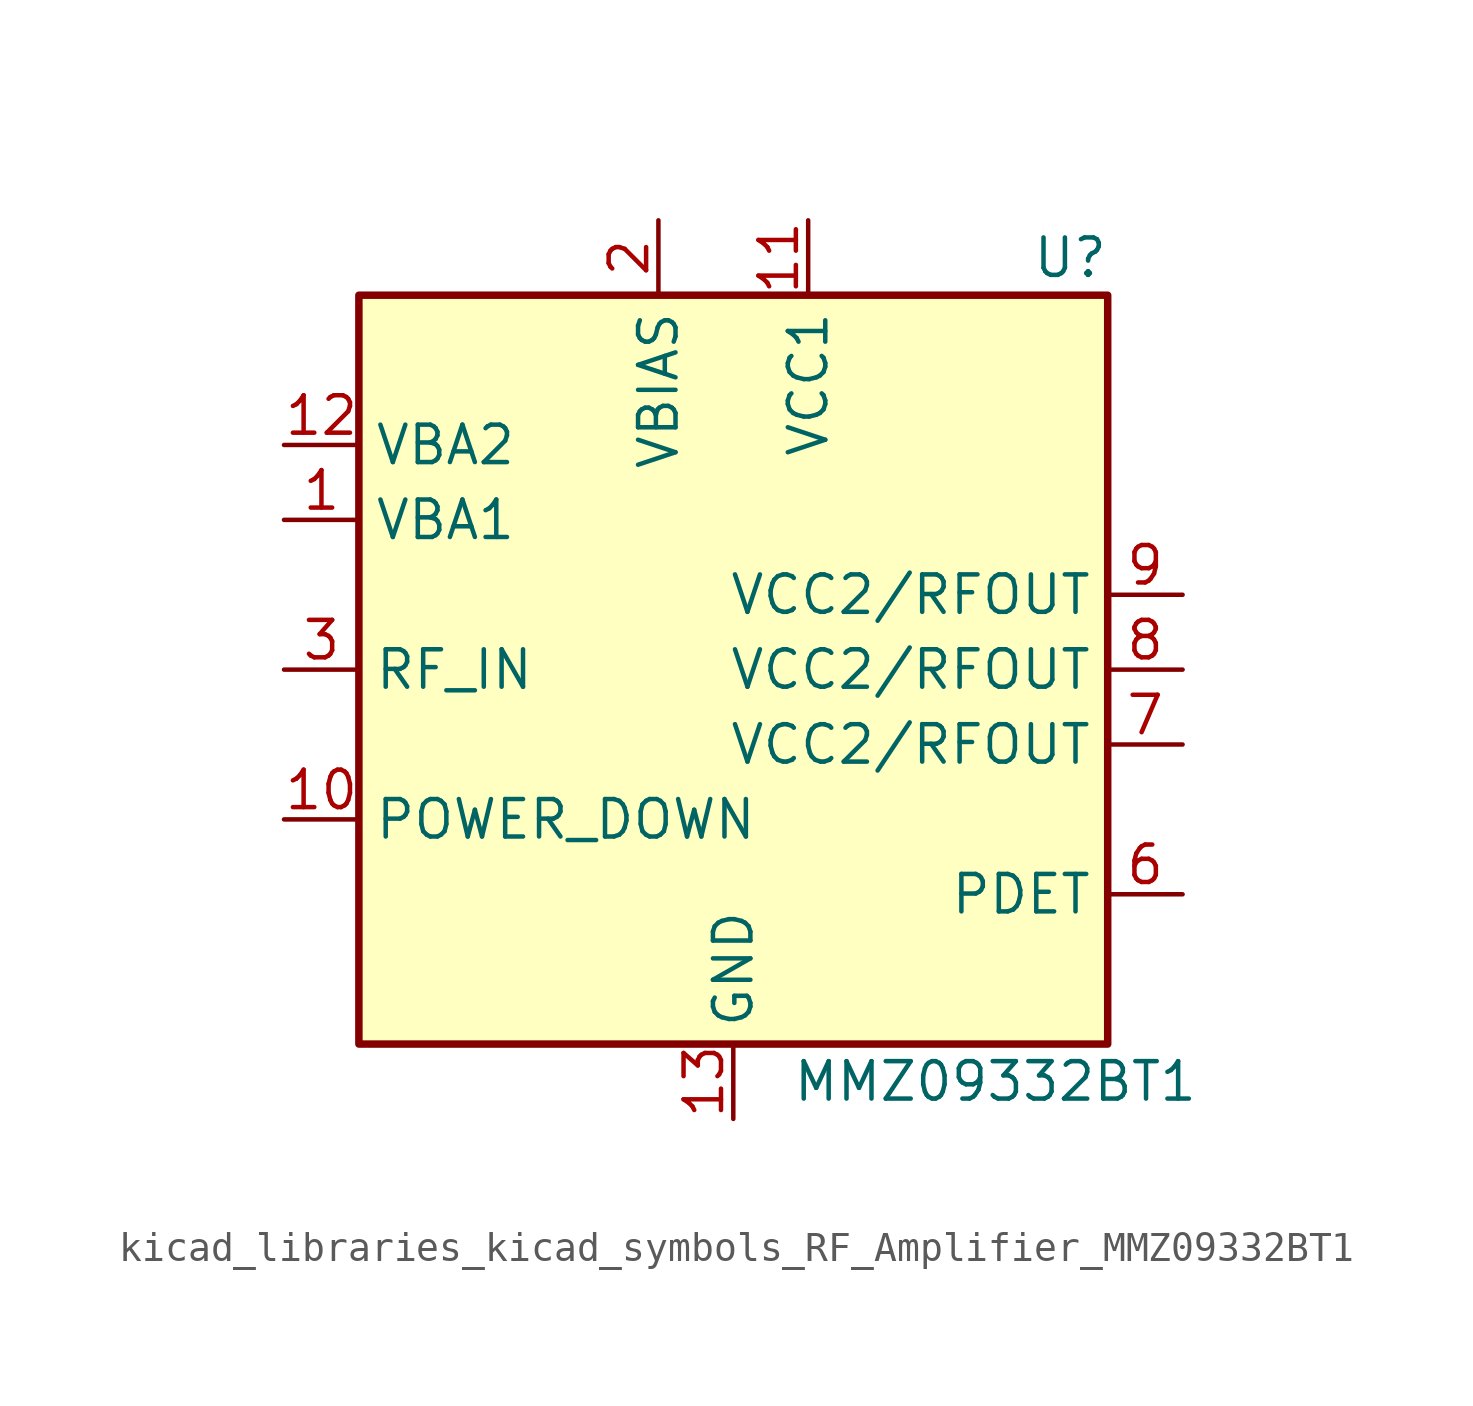
<source format=kicad_sym>
(kicad_symbol_lib
  (version 20220914)
  (generator kicad_symbol_editor)
  (symbol "kicad_libraries_kicad_symbols_RF_Amplifier_MMZ09332BT1"
    (property "Reference" "U"
      (at 11.43 13.97 0)
      (effects (font (size 1.27 1.27))))
    (property "Value" "MMZ09332BT1"
      (at 8.89 -13.97 0)
      (effects (font (size 1.27 1.27))))
    (symbol "kicad_libraries_kicad_symbols_RF_Amplifier_MMZ09332BT1_0_1"
      (rectangle (start -12.7 12.7) (end 12.7 -12.7) (stroke (width 0.254) (type default)) (fill (type background))))
    (symbol "kicad_libraries_kicad_symbols_RF_Amplifier_MMZ09332BT1_1_1"
      (pin input line (at -15.24 5.08 0) (length 2.54) (name "VBA1" (effects (font (size 1.27 1.27)))) (number "1" (effects (font (size 1.27 1.27)))))
      (pin input line (at -15.24 -5.08 0) (length 2.54) (name "POWER_DOWN" (effects (font (size 1.27 1.27)))) (number "10" (effects (font (size 1.27 1.27)))))
      (pin power_in line (at 2.54 15.24 270) (length 2.54) (name "VCC1" (effects (font (size 1.27 1.27)))) (number "11" (effects (font (size 1.27 1.27)))))
      (pin input line (at -15.24 7.62 0) (length 2.54) (name "VBA2" (effects (font (size 1.27 1.27)))) (number "12" (effects (font (size 1.27 1.27)))))
      (pin power_in line (at 0 -15.24 90) (length 2.54) (name "GND" (effects (font (size 1.27 1.27)))) (number "13" (effects (font (size 1.27 1.27)))))
      (pin power_in line (at -2.54 15.24 270) (length 2.54) (name "VBIAS" (effects (font (size 1.27 1.27)))) (number "2" (effects (font (size 1.27 1.27)))))
      (pin input line (at -15.24 0 0) (length 2.54) (name "RF_IN" (effects (font (size 1.27 1.27)))) (number "3" (effects (font (size 1.27 1.27)))))
      (pin no_connect line (at -5.08 -12.7 90) (length 2.54) hide (name "NC" (effects (font (size 1.27 1.27)))) (number "4" (effects (font (size 1.27 1.27)))))
      (pin no_connect line (at -7.62 -12.7 90) (length 2.54) hide (name "NC" (effects (font (size 1.27 1.27)))) (number "5" (effects (font (size 1.27 1.27)))))
      (pin output line (at 15.24 -7.62 180) (length 2.54) (name "PDET" (effects (font (size 1.27 1.27)))) (number "6" (effects (font (size 1.27 1.27)))))
      (pin input line (at 15.24 -2.54 180) (length 2.54) (name "VCC2/RFOUT" (effects (font (size 1.27 1.27)))) (number "7" (effects (font (size 1.27 1.27)))))
      (pin input line (at 15.24 0 180) (length 2.54) (name "VCC2/RFOUT" (effects (font (size 1.27 1.27)))) (number "8" (effects (font (size 1.27 1.27)))))
      (pin input line (at 15.24 2.54 180) (length 2.54) (name "VCC2/RFOUT" (effects (font (size 1.27 1.27)))) (number "9" (effects (font (size 1.27 1.27))))))))
</source>
